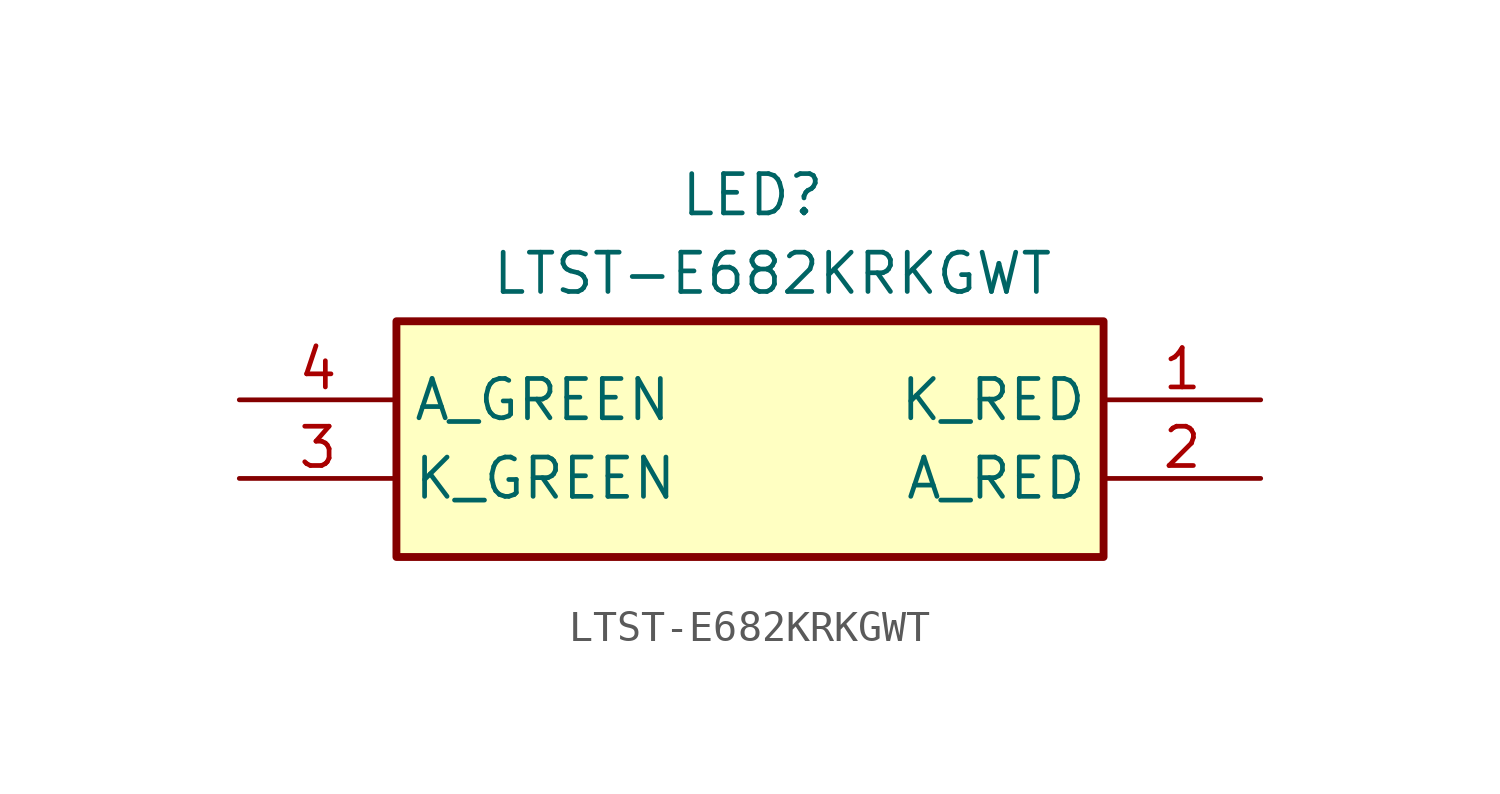
<source format=kicad_sym>
(kicad_symbol_lib
  (version 20241209)
  (generator "kicad_symbol_editor")
  (generator_version "9.0")
  (symbol "LTST-E682KRKGWT"
    (property "Reference" "LED"
      (at 14.224 7.366 0)
      (effects (font (size 1.27 1.27)) (justify left top)))
    (property "Value" "LTST-E682KRKGWT"
      (at 8.128 4.826 0)
      (effects (font (size 1.27 1.27)) (justify left top)))
    (symbol "LTST-E682KRKGWT_1_1"
      (rectangle (start 5.08 2.54) (end 27.94 -5.08) (stroke (width 0.254) (type default)) (fill (type background)))
      (pin passive line (at 0 0 0) (length 5.08) (name "A_GREEN" (effects (font (size 1.27 1.27)))) (number "4" (effects (font (size 1.27 1.27)))))
      (pin passive line (at 0 -2.54 0) (length 5.08) (name "K_GREEN" (effects (font (size 1.27 1.27)))) (number "3" (effects (font (size 1.27 1.27)))))
      (pin passive line (at 33.02 0 180) (length 5.08) (name "K_RED" (effects (font (size 1.27 1.27)))) (number "1" (effects (font (size 1.27 1.27)))))
      (pin passive line (at 33.02 -2.54 180) (length 5.08) (name "A_RED" (effects (font (size 1.27 1.27)))) (number "2" (effects (font (size 1.27 1.27))))))))
</source>
